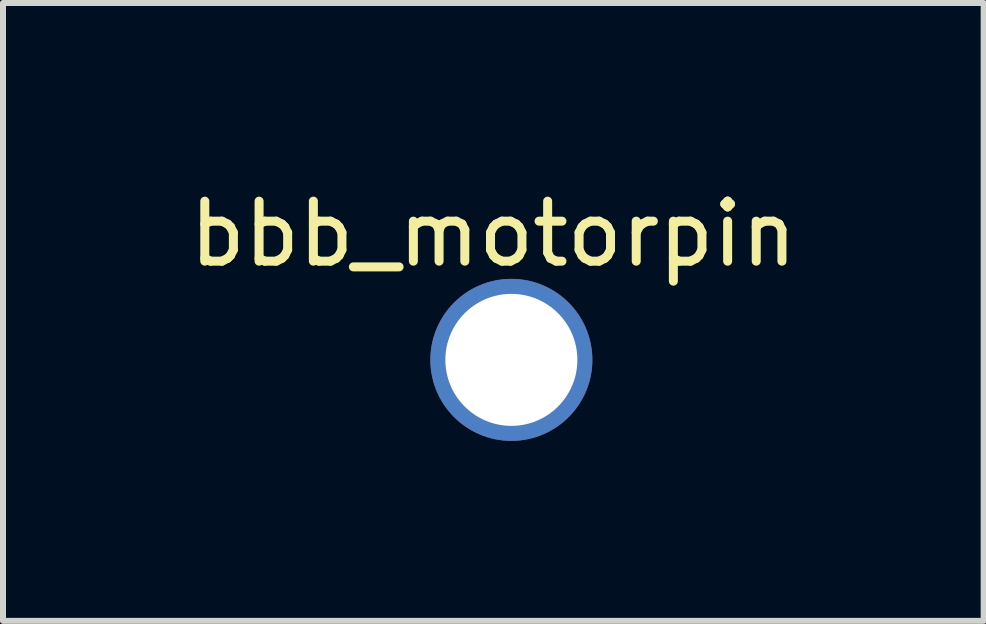
<source format=kicad_pcb>
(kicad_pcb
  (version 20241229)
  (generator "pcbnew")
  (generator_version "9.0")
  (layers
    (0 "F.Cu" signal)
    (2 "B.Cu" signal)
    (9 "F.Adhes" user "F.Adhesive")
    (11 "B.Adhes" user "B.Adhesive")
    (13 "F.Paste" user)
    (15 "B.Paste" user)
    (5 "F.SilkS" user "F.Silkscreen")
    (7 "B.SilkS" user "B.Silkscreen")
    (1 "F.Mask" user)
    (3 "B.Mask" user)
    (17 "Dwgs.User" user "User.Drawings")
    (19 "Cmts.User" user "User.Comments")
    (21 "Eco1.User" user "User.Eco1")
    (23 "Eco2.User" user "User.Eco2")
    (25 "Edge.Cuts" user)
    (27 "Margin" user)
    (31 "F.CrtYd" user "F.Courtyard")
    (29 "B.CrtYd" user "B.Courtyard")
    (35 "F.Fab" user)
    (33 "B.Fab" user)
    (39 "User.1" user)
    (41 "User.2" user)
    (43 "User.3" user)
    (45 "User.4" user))
  (footprint "bbb_motorpin"
    (layer "F.Cu")
    (at 5.473 2.948)
    (property "Reference" "bbb_motorpin" (at -0.3 -2.1 0) (unlocked yes) (layer "F.SilkS") (effects (font (size 1 1) (thickness 0.15))))
    (pad "1" thru_hole circle (at 0 0) (size 2.7 2.7) (drill 2.2) (layers "*.Cu" "*.Mask")))
  (gr_rect
    (start -3 -3)
    (end 13.345 7.298)
    (stroke (width 0.1) (type default))
    (fill no)
    (layer "Edge.Cuts")))
</source>
